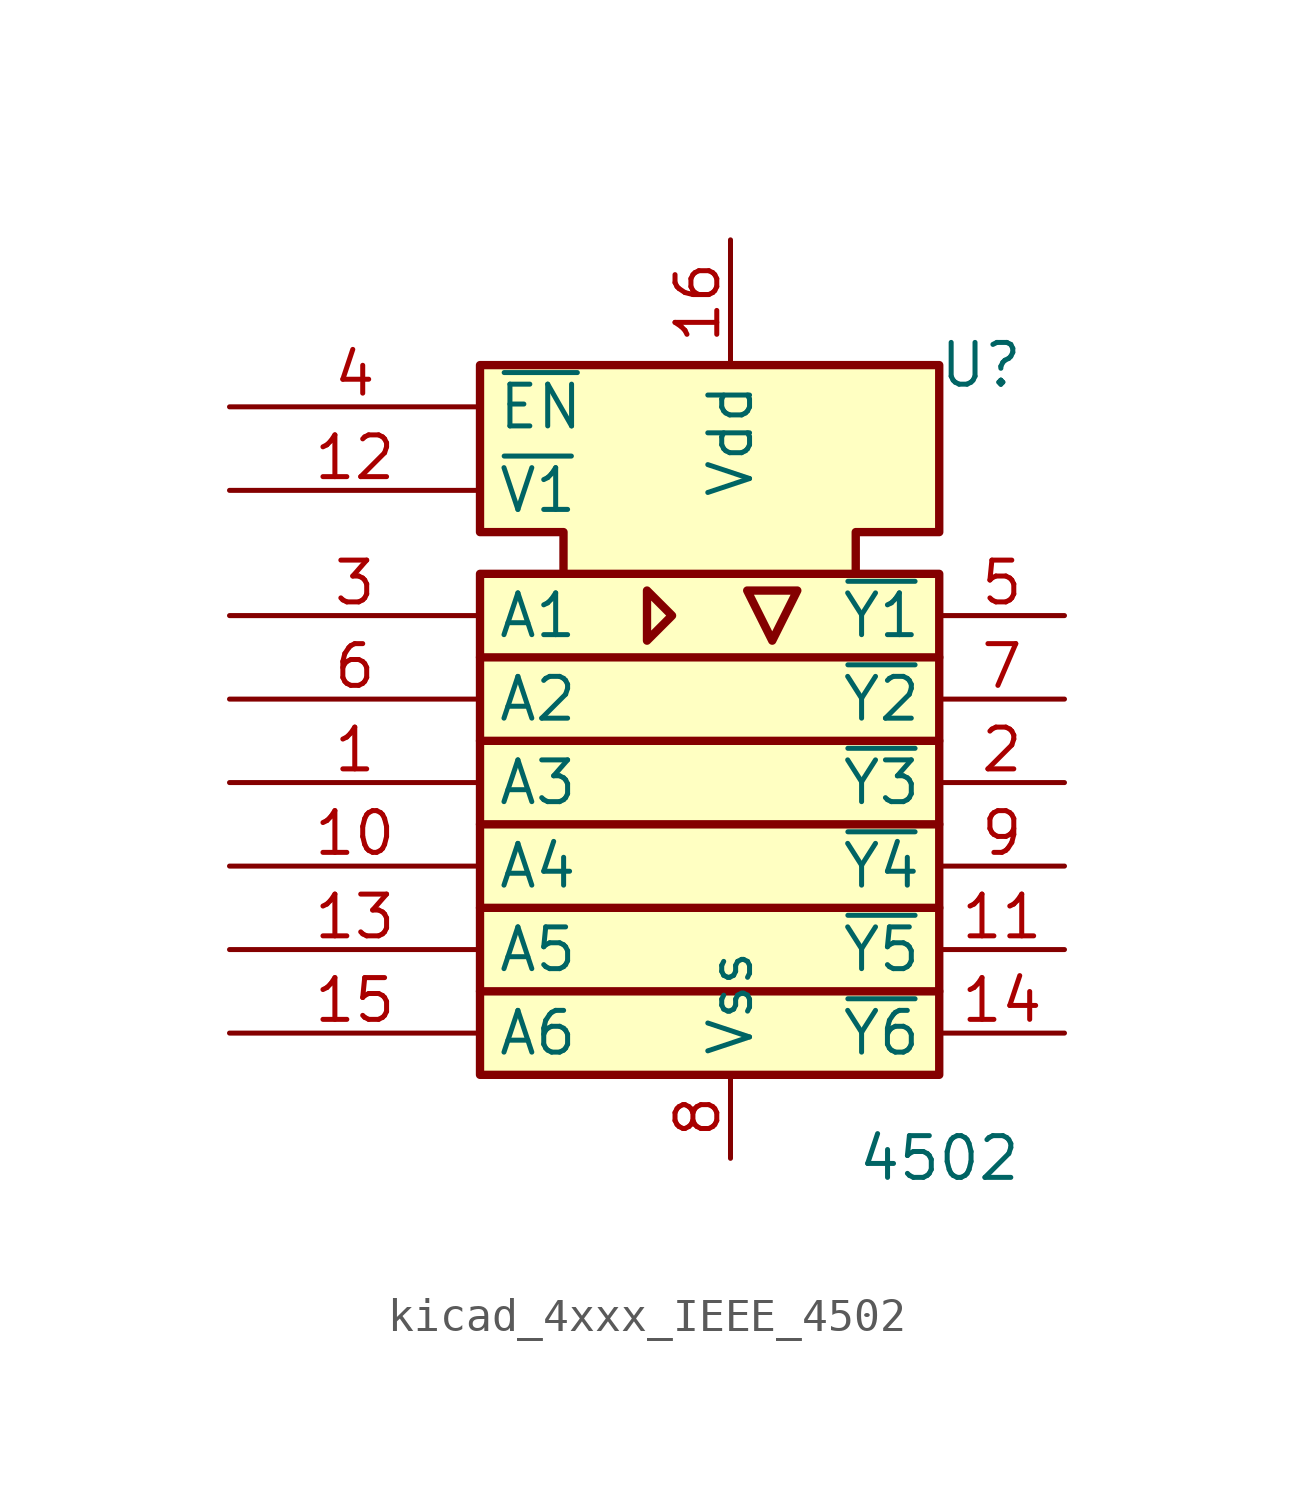
<source format=kicad_sym>
(kicad_symbol_lib
  (version 20220914)
  (generator kicad_symbol_editor)
  (symbol "kicad_4xxx_IEEE_4502"
    (property "Reference" "U"
      (at 7.62 13.97 0)
      (effects (font (size 1.27 1.27))))
    (property "Value" "4502"
      (at 6.35 -10.16 0)
      (effects (font (size 1.27 1.27))))
    (symbol "kicad_4xxx_IEEE_4502_0_0"
      (polyline (pts (xy -7.62 -5.08) (xy 6.35 -5.08) (xy 6.35 -5.08)) (stroke (width 0.254) (type default)) (fill (type background)))
      (polyline (pts (xy -7.62 0) (xy 6.35 0) (xy 6.35 0)) (stroke (width 0.254) (type default)) (fill (type background)))
      (polyline (pts (xy -7.62 5.08) (xy 6.35 5.08) (xy 6.35 5.08)) (stroke (width 0.254) (type default)) (fill (type background)))
      (polyline (pts (xy -5.08 7.62) (xy 3.81 7.62) (xy 3.81 7.62)) (stroke (width 0.254) (type default)) (fill (type background)))
      (polyline (pts (xy 6.35 -2.54) (xy -7.62 -2.54) (xy -7.62 -2.54)) (stroke (width 0.254) (type default)) (fill (type background)))
      (polyline (pts (xy 6.35 2.54) (xy -7.62 2.54) (xy -7.62 2.54)) (stroke (width 0.254) (type default)) (fill (type background)))
      (polyline (pts (xy -2.54 7.112) (xy -2.54 5.588) (xy -1.778 6.35) (xy -2.54 7.112) (xy -2.54 7.112)) (stroke (width 0.254) (type default)) (fill (type background)))
      (polyline (pts (xy 0.508 7.112) (xy 2.032 7.112) (xy 1.27 5.588) (xy 0.508 7.112) (xy 0.508 7.112)) (stroke (width 0.254) (type default)) (fill (type background)))
      (polyline (pts (xy -7.62 13.97) (xy -7.62 8.89) (xy -5.08 8.89) (xy -5.08 7.62) (xy -7.62 7.62) (xy -7.62 -7.62) (xy 6.35 -7.62) (xy 6.35 7.62) (xy 3.81 7.62) (xy 3.81 8.89) (xy 6.35 8.89) (xy 6.35 13.97) (xy -7.62 13.97) (xy -7.62 13.97)) (stroke (width 0.254) (type default)) (fill (type background)))
      (pin power_in line (at 0 17.78 270) (length 3.81) (name "Vdd" (effects (font (size 1.27 1.27)))) (number "16" (effects (font (size 1.27 1.27)))))
      (pin power_in line (at 0 -10.16 90) (length 2.54) (name "Vss" (effects (font (size 1.27 1.27)))) (number "8" (effects (font (size 1.27 1.27))))))
    (symbol "kicad_4xxx_IEEE_4502_1_1"
      (pin input line (at -15.24 1.27 0) (length 7.62) (name "A3" (effects (font (size 1.27 1.27)))) (number "1" (effects (font (size 1.27 1.27)))))
      (pin input line (at -15.24 -1.27 0) (length 7.62) (name "A4" (effects (font (size 1.27 1.27)))) (number "10" (effects (font (size 1.27 1.27)))))
      (pin output line (at 10.16 -3.81 180) (length 3.81) (name "~{Y5}" (effects (font (size 1.27 1.27)))) (number "11" (effects (font (size 1.27 1.27)))))
      (pin input line (at -15.24 10.16 0) (length 7.62) (name "~{V1}" (effects (font (size 1.27 1.27)))) (number "12" (effects (font (size 1.27 1.27)))))
      (pin input line (at -15.24 -3.81 0) (length 7.62) (name "A5" (effects (font (size 1.27 1.27)))) (number "13" (effects (font (size 1.27 1.27)))))
      (pin output line (at 10.16 -6.35 180) (length 3.81) (name "~{Y6}" (effects (font (size 1.27 1.27)))) (number "14" (effects (font (size 1.27 1.27)))))
      (pin input line (at -15.24 -6.35 0) (length 7.62) (name "A6" (effects (font (size 1.27 1.27)))) (number "15" (effects (font (size 1.27 1.27)))))
      (pin output line (at 10.16 1.27 180) (length 3.81) (name "~{Y3}" (effects (font (size 1.27 1.27)))) (number "2" (effects (font (size 1.27 1.27)))))
      (pin input line (at -15.24 6.35 0) (length 7.62) (name "A1" (effects (font (size 1.27 1.27)))) (number "3" (effects (font (size 1.27 1.27)))))
      (pin input line (at -15.24 12.7 0) (length 7.62) (name "~{EN}" (effects (font (size 1.27 1.27)))) (number "4" (effects (font (size 1.27 1.27)))))
      (pin output line (at 10.16 6.35 180) (length 3.81) (name "~{Y1}" (effects (font (size 1.27 1.27)))) (number "5" (effects (font (size 1.27 1.27)))))
      (pin input line (at -15.24 3.81 0) (length 7.62) (name "A2" (effects (font (size 1.27 1.27)))) (number "6" (effects (font (size 1.27 1.27)))))
      (pin output line (at 10.16 3.81 180) (length 3.81) (name "~{Y2}" (effects (font (size 1.27 1.27)))) (number "7" (effects (font (size 1.27 1.27)))))
      (pin output line (at 10.16 -1.27 180) (length 3.81) (name "~{Y4}" (effects (font (size 1.27 1.27)))) (number "9" (effects (font (size 1.27 1.27))))))))
</source>
